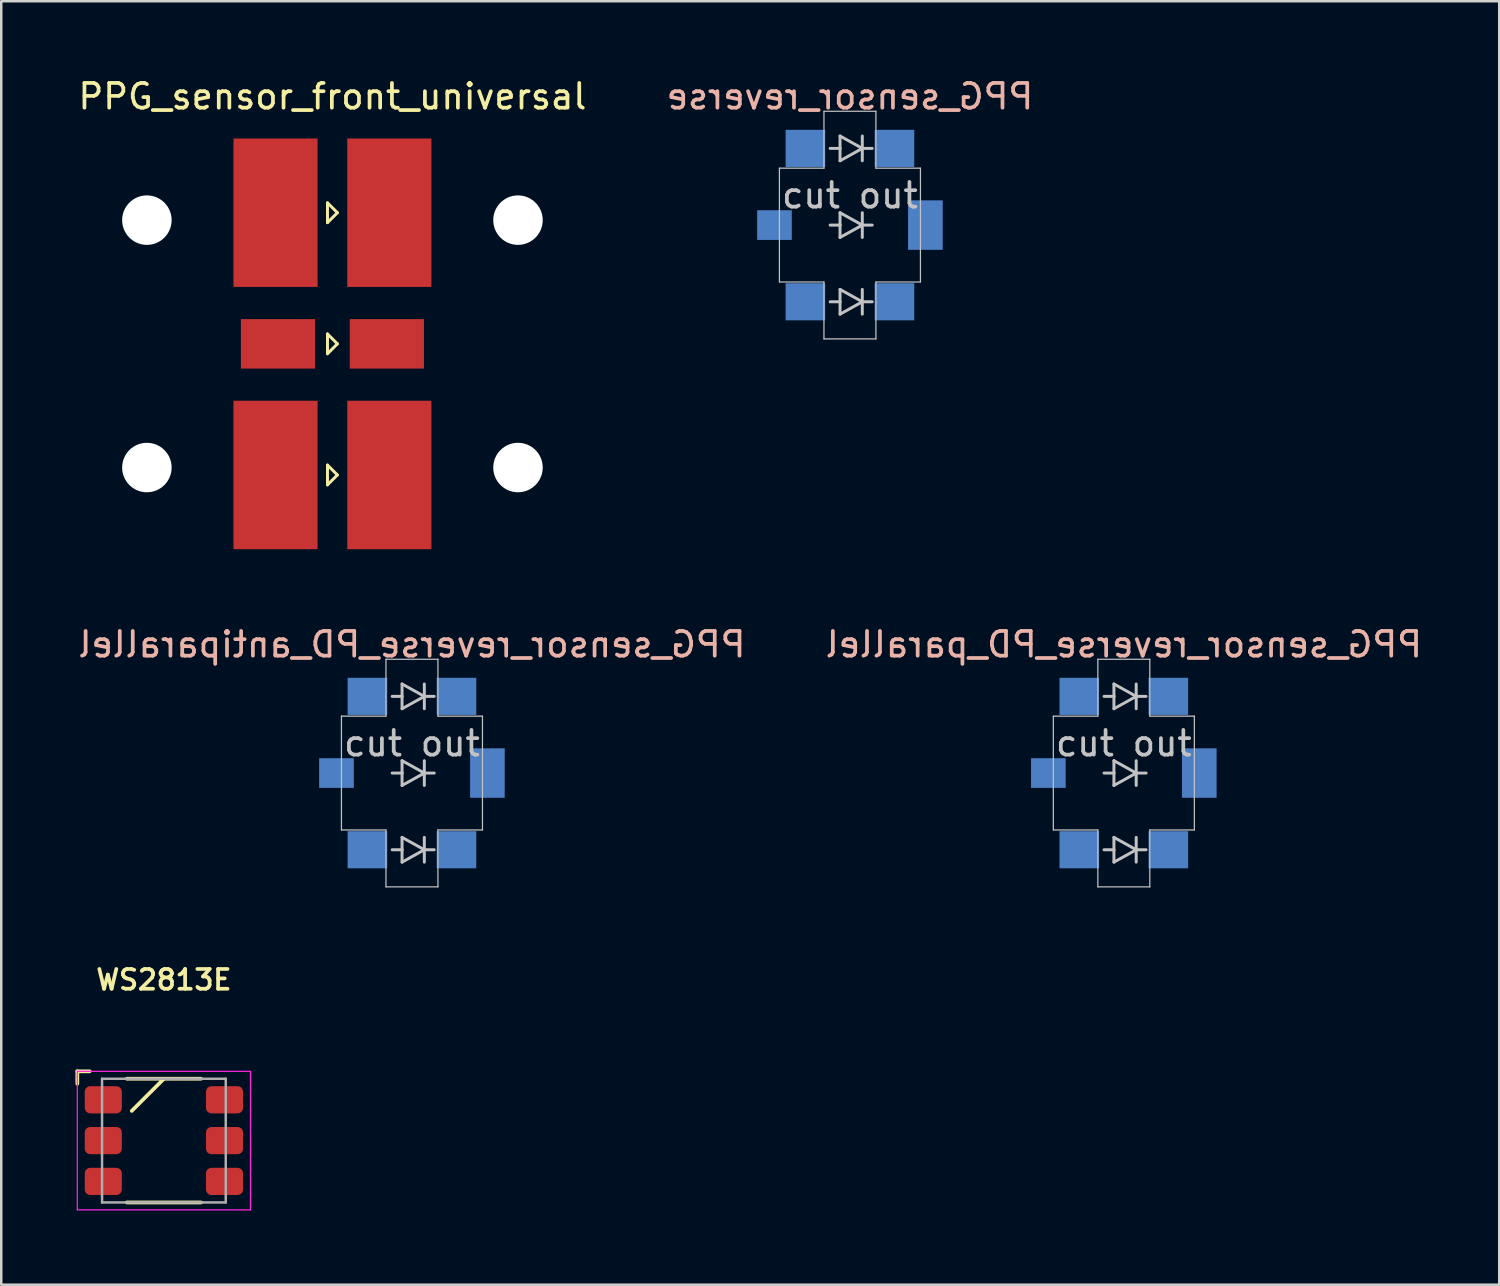
<source format=kicad_pcb>
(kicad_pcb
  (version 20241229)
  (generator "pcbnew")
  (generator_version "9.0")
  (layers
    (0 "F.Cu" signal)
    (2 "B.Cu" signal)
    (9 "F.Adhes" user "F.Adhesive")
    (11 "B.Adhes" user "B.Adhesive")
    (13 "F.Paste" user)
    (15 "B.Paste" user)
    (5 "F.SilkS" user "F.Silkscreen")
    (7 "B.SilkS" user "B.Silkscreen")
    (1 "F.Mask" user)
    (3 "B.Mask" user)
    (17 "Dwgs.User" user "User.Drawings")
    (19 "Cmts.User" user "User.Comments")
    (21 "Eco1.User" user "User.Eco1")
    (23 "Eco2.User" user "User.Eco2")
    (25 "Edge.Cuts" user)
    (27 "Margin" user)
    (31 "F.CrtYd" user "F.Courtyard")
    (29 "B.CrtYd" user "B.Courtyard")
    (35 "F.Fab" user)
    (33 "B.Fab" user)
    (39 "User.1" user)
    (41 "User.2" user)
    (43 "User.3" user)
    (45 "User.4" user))
  (footprint "PPG_sensor_reverse_PD_antiparallel"
    (layer "F.Cu")
    (at 13.601 28.197)
    (property "Reference" "PPG_sensor_reverse_PD_antiparallel" (at 0 -5.2 0) (layer "B.SilkS") (effects (font (size 1 1) (thickness 0.15)) (justify mirror)))
    (attr through_hole)
    (fp_line (start -2.85 -2.3) (end -1.05 -2.3) (stroke (width 0.05) (type solid)) (layer "Dwgs.User"))
    (fp_line (start -2.85 2.3) (end -2.85 -2.3) (stroke (width 0.05) (type solid)) (layer "Dwgs.User"))
    (fp_line (start -1.05 -4.6) (end 1.05 -4.6) (stroke (width 0.05) (type solid)) (layer "Dwgs.User"))
    (fp_line (start -1.05 -2.3) (end -1.05 -4.6) (stroke (width 0.05) (type solid)) (layer "Dwgs.User"))
    (fp_line (start -1.05 2.3) (end -2.85 2.3) (stroke (width 0.05) (type solid)) (layer "Dwgs.User"))
    (fp_line (start -1.05 4.6) (end -1.05 2.3) (stroke (width 0.05) (type solid)) (layer "Dwgs.User"))
    (fp_line (start -0.4 -3.6) (end 0.5 -3.1) (stroke (width 0.12) (type solid)) (layer "Dwgs.User"))
    (fp_line (start -0.4 -3.1) (end -0.8 -3.1) (stroke (width 0.12) (type solid)) (layer "Dwgs.User"))
    (fp_line (start -0.4 -3.1) (end -0.4 -3.6) (stroke (width 0.12) (type solid)) (layer "Dwgs.User"))
    (fp_line (start -0.4 -2.6) (end -0.4 -3.1) (stroke (width 0.12) (type solid)) (layer "Dwgs.User"))
    (fp_line (start -0.4 -0.5) (end 0.5 0) (stroke (width 0.12) (type solid)) (layer "Dwgs.User"))
    (fp_line (start -0.4 0) (end -0.8 0) (stroke (width 0.12) (type solid)) (layer "Dwgs.User"))
    (fp_line (start -0.4 0) (end -0.4 -0.5) (stroke (width 0.12) (type solid)) (layer "Dwgs.User"))
    (fp_line (start -0.4 0.5) (end -0.4 0) (stroke (width 0.12) (type solid)) (layer "Dwgs.User"))
    (fp_line (start -0.4 2.6) (end 0.5 3.1) (stroke (width 0.12) (type solid)) (layer "Dwgs.User"))
    (fp_line (start -0.4 3.1) (end -0.8 3.1) (stroke (width 0.12) (type solid)) (layer "Dwgs.User"))
    (fp_line (start -0.4 3.1) (end -0.4 2.6) (stroke (width 0.12) (type solid)) (layer "Dwgs.User"))
    (fp_line (start -0.4 3.6) (end -0.4 3.1) (stroke (width 0.12) (type solid)) (layer "Dwgs.User"))
    (fp_line (start 0.5 -3.6) (end 0.5 -2.6) (stroke (width 0.12) (type solid)) (layer "Dwgs.User"))
    (fp_line (start 0.5 -3.1) (end -0.4 -2.6) (stroke (width 0.12) (type solid)) (layer "Dwgs.User"))
    (fp_line (start 0.5 -3.1) (end 0.9 -3.1) (stroke (width 0.12) (type solid)) (layer "Dwgs.User"))
    (fp_line (start 0.5 -0.5) (end 0.5 0.5) (stroke (width 0.12) (type solid)) (layer "Dwgs.User"))
    (fp_line (start 0.5 0) (end -0.4 0.5) (stroke (width 0.12) (type solid)) (layer "Dwgs.User"))
    (fp_line (start 0.5 0) (end 0.9 0) (stroke (width 0.12) (type solid)) (layer "Dwgs.User"))
    (fp_line (start 0.5 2.6) (end 0.5 3.6) (stroke (width 0.12) (type solid)) (layer "Dwgs.User"))
    (fp_line (start 0.5 3.1) (end -0.4 3.6) (stroke (width 0.12) (type solid)) (layer "Dwgs.User"))
    (fp_line (start 0.5 3.1) (end 0.9 3.1) (stroke (width 0.12) (type solid)) (layer "Dwgs.User"))
    (fp_line (start 1.05 -4.6) (end 1.05 -2.3) (stroke (width 0.05) (type solid)) (layer "Dwgs.User"))
    (fp_line (start 1.05 -2.3) (end 2.85 -2.3) (stroke (width 0.05) (type solid)) (layer "Dwgs.User"))
    (fp_line (start 1.05 2.3) (end 1.05 4.6) (stroke (width 0.05) (type solid)) (layer "Dwgs.User"))
    (fp_line (start 1.05 4.6) (end -1.05 4.6) (stroke (width 0.05) (type solid)) (layer "Dwgs.User"))
    (fp_line (start 2.85 -2.3) (end 2.85 2.3) (stroke (width 0.05) (type solid)) (layer "Dwgs.User"))
    (fp_line (start 2.85 2.3) (end 1.05 2.3) (stroke (width 0.05) (type solid)) (layer "Dwgs.User"))
    (fp_text user "cut out" (at 0 -1.2 0) (layer "Dwgs.User") (effects (font (size 1 1) (thickness 0.15))))
    (pad "1" smd rect (at -1.8 3.1) (size 1.6 1.5) (layers "B.Cu" "B.Mask" "B.Paste"))
    (pad "2" smd rect (at -3.05 0) (size 1.4 1.2) (layers "B.Cu" "B.Mask" "B.Paste"))
    (pad "3" smd rect (at -1.8 -3.1) (size 1.6 1.5) (layers "B.Cu" "B.Mask" "B.Paste"))
    (pad "4" smd rect (at 1.8 -3.1) (size 1.6 1.5) (layers "B.Cu" "B.Mask" "B.Paste"))
    (pad "5" smd rect (at 3.05 0) (size 1.4 2) (layers "B.Cu" "B.Mask" "B.Paste"))
    (pad "6" smd rect (at 1.8 3.1) (size 1.6 1.5) (layers "B.Cu" "B.Mask" "B.Paste")))
  (footprint "PPG_sensor_reverse"
    (layer "F.Cu")
    (at 31.304 6.048)
    (property "Reference" "PPG_sensor_reverse" (at 0 -5.2 0) (layer "B.SilkS") (effects (font (size 1 1) (thickness 0.15)) (justify mirror)))
    (attr through_hole)
    (fp_line (start -2.85 -2.3) (end -1.05 -2.3) (stroke (width 0.05) (type solid)) (layer "Dwgs.User"))
    (fp_line (start -2.85 2.3) (end -2.85 -2.3) (stroke (width 0.05) (type solid)) (layer "Dwgs.User"))
    (fp_line (start -1.05 -4.6) (end 1.05 -4.6) (stroke (width 0.05) (type solid)) (layer "Dwgs.User"))
    (fp_line (start -1.05 -2.3) (end -1.05 -4.6) (stroke (width 0.05) (type solid)) (layer "Dwgs.User"))
    (fp_line (start -1.05 2.3) (end -2.85 2.3) (stroke (width 0.05) (type solid)) (layer "Dwgs.User"))
    (fp_line (start -1.05 4.6) (end -1.05 2.3) (stroke (width 0.05) (type solid)) (layer "Dwgs.User"))
    (fp_line (start -0.4 -3.6) (end 0.5 -3.1) (stroke (width 0.12) (type solid)) (layer "Dwgs.User"))
    (fp_line (start -0.4 -3.1) (end -0.8 -3.1) (stroke (width 0.12) (type solid)) (layer "Dwgs.User"))
    (fp_line (start -0.4 -3.1) (end -0.4 -3.6) (stroke (width 0.12) (type solid)) (layer "Dwgs.User"))
    (fp_line (start -0.4 -2.6) (end -0.4 -3.1) (stroke (width 0.12) (type solid)) (layer "Dwgs.User"))
    (fp_line (start -0.4 -0.5) (end 0.5 0) (stroke (width 0.12) (type solid)) (layer "Dwgs.User"))
    (fp_line (start -0.4 0) (end -0.8 0) (stroke (width 0.12) (type solid)) (layer "Dwgs.User"))
    (fp_line (start -0.4 0) (end -0.4 -0.5) (stroke (width 0.12) (type solid)) (layer "Dwgs.User"))
    (fp_line (start -0.4 0.5) (end -0.4 0) (stroke (width 0.12) (type solid)) (layer "Dwgs.User"))
    (fp_line (start -0.4 2.6) (end 0.5 3.1) (stroke (width 0.12) (type solid)) (layer "Dwgs.User"))
    (fp_line (start -0.4 3.1) (end -0.8 3.1) (stroke (width 0.12) (type solid)) (layer "Dwgs.User"))
    (fp_line (start -0.4 3.1) (end -0.4 2.6) (stroke (width 0.12) (type solid)) (layer "Dwgs.User"))
    (fp_line (start -0.4 3.6) (end -0.4 3.1) (stroke (width 0.12) (type solid)) (layer "Dwgs.User"))
    (fp_line (start 0.5 -3.6) (end 0.5 -2.6) (stroke (width 0.12) (type solid)) (layer "Dwgs.User"))
    (fp_line (start 0.5 -3.1) (end -0.4 -2.6) (stroke (width 0.12) (type solid)) (layer "Dwgs.User"))
    (fp_line (start 0.5 -3.1) (end 0.9 -3.1) (stroke (width 0.12) (type solid)) (layer "Dwgs.User"))
    (fp_line (start 0.5 -0.5) (end 0.5 0.5) (stroke (width 0.12) (type solid)) (layer "Dwgs.User"))
    (fp_line (start 0.5 0) (end -0.4 0.5) (stroke (width 0.12) (type solid)) (layer "Dwgs.User"))
    (fp_line (start 0.5 0) (end 0.9 0) (stroke (width 0.12) (type solid)) (layer "Dwgs.User"))
    (fp_line (start 0.5 2.6) (end 0.5 3.6) (stroke (width 0.12) (type solid)) (layer "Dwgs.User"))
    (fp_line (start 0.5 3.1) (end -0.4 3.6) (stroke (width 0.12) (type solid)) (layer "Dwgs.User"))
    (fp_line (start 0.5 3.1) (end 0.9 3.1) (stroke (width 0.12) (type solid)) (layer "Dwgs.User"))
    (fp_line (start 1.05 -4.6) (end 1.05 -2.3) (stroke (width 0.05) (type solid)) (layer "Dwgs.User"))
    (fp_line (start 1.05 -2.3) (end 2.85 -2.3) (stroke (width 0.05) (type solid)) (layer "Dwgs.User"))
    (fp_line (start 1.05 2.3) (end 1.05 4.6) (stroke (width 0.05) (type solid)) (layer "Dwgs.User"))
    (fp_line (start 1.05 4.6) (end -1.05 4.6) (stroke (width 0.05) (type solid)) (layer "Dwgs.User"))
    (fp_line (start 2.85 -2.3) (end 2.85 2.3) (stroke (width 0.05) (type solid)) (layer "Dwgs.User"))
    (fp_line (start 2.85 2.3) (end 1.05 2.3) (stroke (width 0.05) (type solid)) (layer "Dwgs.User"))
    (fp_text user "cut out" (at 0 -1.2 0) (layer "Dwgs.User") (effects (font (size 1 1) (thickness 0.15))))
    (pad "1" smd rect (at -1.8 3.1) (size 1.6 1.5) (layers "B.Cu" "B.Mask" "B.Paste"))
    (pad "2" smd rect (at -3.05 0) (size 1.4 1.2) (layers "B.Cu" "B.Mask" "B.Paste"))
    (pad "3" smd rect (at -1.8 -3.1) (size 1.6 1.5) (layers "B.Cu" "B.Mask" "B.Paste"))
    (pad "4" smd rect (at 1.8 -3.1) (size 1.6 1.5) (layers "B.Cu" "B.Mask" "B.Paste"))
    (pad "5" smd rect (at 3.05 0) (size 1.4 2) (layers "B.Cu" "B.Mask" "B.Paste"))
    (pad "6" smd rect (at 1.8 3.1) (size 1.6 1.5) (layers "B.Cu" "B.Mask" "B.Paste")))
  (footprint "WS2813E"
    (layer "F.Cu")
    (at 3.575 43.053)
    (property "Reference" "WS2813E" (at 0 -6.5 0) (unlocked yes) (layer "F.SilkS") (effects (font (size 0.8 0.8) (thickness 0.15))))
    (attr smd)
    (fp_line (start -3.5 -2.8) (end -3.5 -2.3) (stroke (width 0.15) (type default)) (layer "F.SilkS"))
    (fp_line (start -3.5 -2.8) (end -3 -2.8) (stroke (width 0.15) (type default)) (layer "F.SilkS"))
    (fp_line (start -1.5 -2.5) (end 1.5 -2.5) (stroke (width 0.15) (type default)) (layer "F.SilkS"))
    (fp_line (start -1.5 2.5) (end 1.5 2.5) (stroke (width 0.15) (type default)) (layer "F.SilkS"))
    (fp_line (start 0 -2.5) (end -1.3 -1.2) (stroke (width 0.15) (type default)) (layer "F.SilkS"))
    (fp_line (start -3.5 -2.8) (end 3.5 -2.8) (stroke (width 0.05) (type default)) (layer "F.CrtYd"))
    (fp_line (start -3.5 2.8) (end -3.5 -2.8) (stroke (width 0.05) (type default)) (layer "F.CrtYd"))
    (fp_line (start 3.5 -2.8) (end 3.5 2.8) (stroke (width 0.05) (type default)) (layer "F.CrtYd"))
    (fp_line (start 3.5 2.8) (end -3.5 2.8) (stroke (width 0.05) (type default)) (layer "F.CrtYd"))
    (fp_line (start -2.5 -2.5) (end 2.5 -2.5) (stroke (width 0.1) (type default)) (layer "F.Fab"))
    (fp_line (start -2.5 2.5) (end -2.5 -2.5) (stroke (width 0.1) (type default)) (layer "F.Fab"))
    (fp_line (start 2.5 -2.5) (end 2.5 2.5) (stroke (width 0.1) (type default)) (layer "F.Fab"))
    (fp_line (start 2.5 2.5) (end -2.5 2.5) (stroke (width 0.1) (type default)) (layer "F.Fab"))
    (pad "1" smd roundrect (at -2.45 -1.65) (size 1.5 1.1) (layers "F.Cu" "F.Mask" "F.Paste") (roundrect_rratio 0.2))
    (pad "2" smd roundrect (at -2.45 0) (size 1.5 1.1) (layers "F.Cu" "F.Mask" "F.Paste") (roundrect_rratio 0.2))
    (pad "3" smd roundrect (at -2.45 1.65) (size 1.5 1.1) (layers "F.Cu" "F.Mask" "F.Paste") (roundrect_rratio 0.2))
    (pad "4" smd roundrect (at 2.45 1.65) (size 1.5 1.1) (layers "F.Cu" "F.Mask" "F.Paste") (roundrect_rratio 0.2))
    (pad "5" smd roundrect (at 2.45 0) (size 1.5 1.1) (layers "F.Cu" "F.Mask" "F.Paste") (roundrect_rratio 0.2))
    (pad "6" smd roundrect (at 2.45 -1.65) (size 1.5 1.1) (layers "F.Cu" "F.Mask" "F.Paste") (roundrect_rratio 0.2)))
  (footprint "PPG_sensor_reverse_PD_parallel"
    (layer "F.Cu")
    (at 42.375 28.197)
    (property "Reference" "PPG_sensor_reverse_PD_parallel" (at 0 -5.2 0) (layer "B.SilkS") (effects (font (size 1 1) (thickness 0.15)) (justify mirror)))
    (attr through_hole)
    (fp_line (start -2.85 -2.3) (end -1.05 -2.3) (stroke (width 0.05) (type solid)) (layer "Dwgs.User"))
    (fp_line (start -2.85 2.3) (end -2.85 -2.3) (stroke (width 0.05) (type solid)) (layer "Dwgs.User"))
    (fp_line (start -1.05 -4.6) (end 1.05 -4.6) (stroke (width 0.05) (type solid)) (layer "Dwgs.User"))
    (fp_line (start -1.05 -2.3) (end -1.05 -4.6) (stroke (width 0.05) (type solid)) (layer "Dwgs.User"))
    (fp_line (start -1.05 2.3) (end -2.85 2.3) (stroke (width 0.05) (type solid)) (layer "Dwgs.User"))
    (fp_line (start -1.05 4.6) (end -1.05 2.3) (stroke (width 0.05) (type solid)) (layer "Dwgs.User"))
    (fp_line (start -0.4 -3.6) (end 0.5 -3.1) (stroke (width 0.12) (type solid)) (layer "Dwgs.User"))
    (fp_line (start -0.4 -3.1) (end -0.8 -3.1) (stroke (width 0.12) (type solid)) (layer "Dwgs.User"))
    (fp_line (start -0.4 -3.1) (end -0.4 -3.6) (stroke (width 0.12) (type solid)) (layer "Dwgs.User"))
    (fp_line (start -0.4 -2.6) (end -0.4 -3.1) (stroke (width 0.12) (type solid)) (layer "Dwgs.User"))
    (fp_line (start -0.4 -0.5) (end 0.5 0) (stroke (width 0.12) (type solid)) (layer "Dwgs.User"))
    (fp_line (start -0.4 0) (end -0.8 0) (stroke (width 0.12) (type solid)) (layer "Dwgs.User"))
    (fp_line (start -0.4 0) (end -0.4 -0.5) (stroke (width 0.12) (type solid)) (layer "Dwgs.User"))
    (fp_line (start -0.4 0.5) (end -0.4 0) (stroke (width 0.12) (type solid)) (layer "Dwgs.User"))
    (fp_line (start -0.4 2.6) (end 0.5 3.1) (stroke (width 0.12) (type solid)) (layer "Dwgs.User"))
    (fp_line (start -0.4 3.1) (end -0.8 3.1) (stroke (width 0.12) (type solid)) (layer "Dwgs.User"))
    (fp_line (start -0.4 3.1) (end -0.4 2.6) (stroke (width 0.12) (type solid)) (layer "Dwgs.User"))
    (fp_line (start -0.4 3.6) (end -0.4 3.1) (stroke (width 0.12) (type solid)) (layer "Dwgs.User"))
    (fp_line (start 0.5 -3.6) (end 0.5 -2.6) (stroke (width 0.12) (type solid)) (layer "Dwgs.User"))
    (fp_line (start 0.5 -3.1) (end -0.4 -2.6) (stroke (width 0.12) (type solid)) (layer "Dwgs.User"))
    (fp_line (start 0.5 -3.1) (end 0.9 -3.1) (stroke (width 0.12) (type solid)) (layer "Dwgs.User"))
    (fp_line (start 0.5 -0.5) (end 0.5 0.5) (stroke (width 0.12) (type solid)) (layer "Dwgs.User"))
    (fp_line (start 0.5 0) (end -0.4 0.5) (stroke (width 0.12) (type solid)) (layer "Dwgs.User"))
    (fp_line (start 0.5 0) (end 0.9 0) (stroke (width 0.12) (type solid)) (layer "Dwgs.User"))
    (fp_line (start 0.5 2.6) (end 0.5 3.6) (stroke (width 0.12) (type solid)) (layer "Dwgs.User"))
    (fp_line (start 0.5 3.1) (end -0.4 3.6) (stroke (width 0.12) (type solid)) (layer "Dwgs.User"))
    (fp_line (start 0.5 3.1) (end 0.9 3.1) (stroke (width 0.12) (type solid)) (layer "Dwgs.User"))
    (fp_line (start 1.05 -4.6) (end 1.05 -2.3) (stroke (width 0.05) (type solid)) (layer "Dwgs.User"))
    (fp_line (start 1.05 -2.3) (end 2.85 -2.3) (stroke (width 0.05) (type solid)) (layer "Dwgs.User"))
    (fp_line (start 1.05 2.3) (end 1.05 4.6) (stroke (width 0.05) (type solid)) (layer "Dwgs.User"))
    (fp_line (start 1.05 4.6) (end -1.05 4.6) (stroke (width 0.05) (type solid)) (layer "Dwgs.User"))
    (fp_line (start 2.85 -2.3) (end 2.85 2.3) (stroke (width 0.05) (type solid)) (layer "Dwgs.User"))
    (fp_line (start 2.85 2.3) (end 1.05 2.3) (stroke (width 0.05) (type solid)) (layer "Dwgs.User"))
    (fp_text user "cut out" (at 0 -1.2 0) (layer "Dwgs.User") (effects (font (size 1 1) (thickness 0.15))))
    (pad "1" smd rect (at -1.8 3.1) (size 1.6 1.5) (layers "B.Cu" "B.Mask" "B.Paste"))
    (pad "2" smd rect (at -3.05 0) (size 1.4 1.2) (layers "B.Cu" "B.Mask" "B.Paste"))
    (pad "3" smd rect (at -1.8 -3.1) (size 1.6 1.5) (layers "B.Cu" "B.Mask" "B.Paste"))
    (pad "4" smd rect (at 1.8 -3.1) (size 1.6 1.5) (layers "B.Cu" "B.Mask" "B.Paste"))
    (pad "5" smd rect (at 3.05 0) (size 1.4 2) (layers "B.Cu" "B.Mask" "B.Paste"))
    (pad "6" smd rect (at 1.8 3.1) (size 1.6 1.5) (layers "B.Cu" "B.Mask" "B.Paste")))
  (footprint "PPG_sensor_front_universal"
    (layer "F.Cu")
    (at 10.387 10.848)
    (property "Reference" "PPG_sensor_front_universal" (at 0 -10 0) (layer "F.SilkS") (effects (font (size 1 1) (thickness 0.15))))
    (attr through_hole)
    (fp_line (start -0.2 -4.9) (end -0.2 -5.7) (stroke (width 0.12) (type solid)) (layer "F.SilkS"))
    (fp_line (start -0.2 0.4) (end -0.2 -0.4) (stroke (width 0.12) (type solid)) (layer "F.SilkS"))
    (fp_line (start -0.2 5.7) (end -0.2 4.9) (stroke (width 0.12) (type solid)) (layer "F.SilkS"))
    (fp_line (start 0.2 -5.3) (end -0.2 -5.7) (stroke (width 0.12) (type solid)) (layer "F.SilkS"))
    (fp_line (start 0.2 -5.3) (end -0.2 -4.9) (stroke (width 0.12) (type solid)) (layer "F.SilkS"))
    (fp_line (start 0.2 0) (end -0.2 -0.4) (stroke (width 0.12) (type solid)) (layer "F.SilkS"))
    (fp_line (start 0.2 0) (end -0.2 0.4) (stroke (width 0.12) (type solid)) (layer "F.SilkS"))
    (fp_line (start 0.2 5.3) (end -0.2 4.9) (stroke (width 0.12) (type solid)) (layer "F.SilkS"))
    (fp_line (start 0.2 5.3) (end -0.2 5.7) (stroke (width 0.12) (type solid)) (layer "F.SilkS"))
    (pad "" np_thru_hole circle (at -7.5 -5) (size 2 2) (drill 2) (layers "*.Cu" "*.Mask"))
    (pad "" np_thru_hole circle (at -7.5 5) (size 2 2) (drill 2) (layers "*.Cu" "*.Mask"))
    (pad "" np_thru_hole circle (at 7.5 -5) (size 2 2) (drill 2) (layers "*.Cu" "*.Mask"))
    (pad "" np_thru_hole circle (at 7.5 5) (size 2 2) (drill 2) (layers "*.Cu" "*.Mask"))
    (pad "1" smd rect (at -2.3 5.3) (size 3.4 6) (layers "F.Cu" "F.Mask" "F.Paste"))
    (pad "2" smd rect (at -2.2 0) (size 3 2) (layers "F.Cu" "F.Mask" "F.Paste"))
    (pad "3" smd rect (at -2.3 -5.3) (size 3.4 6) (layers "F.Cu" "F.Mask" "F.Paste"))
    (pad "4" smd rect (at 2.3 -5.3) (size 3.4 6) (layers "F.Cu" "F.Mask" "F.Paste"))
    (pad "5" smd rect (at 2.2 0) (size 3 2) (layers "F.Cu" "F.Mask" "F.Paste"))
    (pad "6" smd rect (at 2.3 5.3) (size 3.4 6) (layers "F.Cu" "F.Mask" "F.Paste")))
  (gr_rect
    (start -3 -3)
    (end 57.548 48.878)
    (stroke (width 0.1) (type default))
    (fill no)
    (layer "Edge.Cuts")))
</source>
